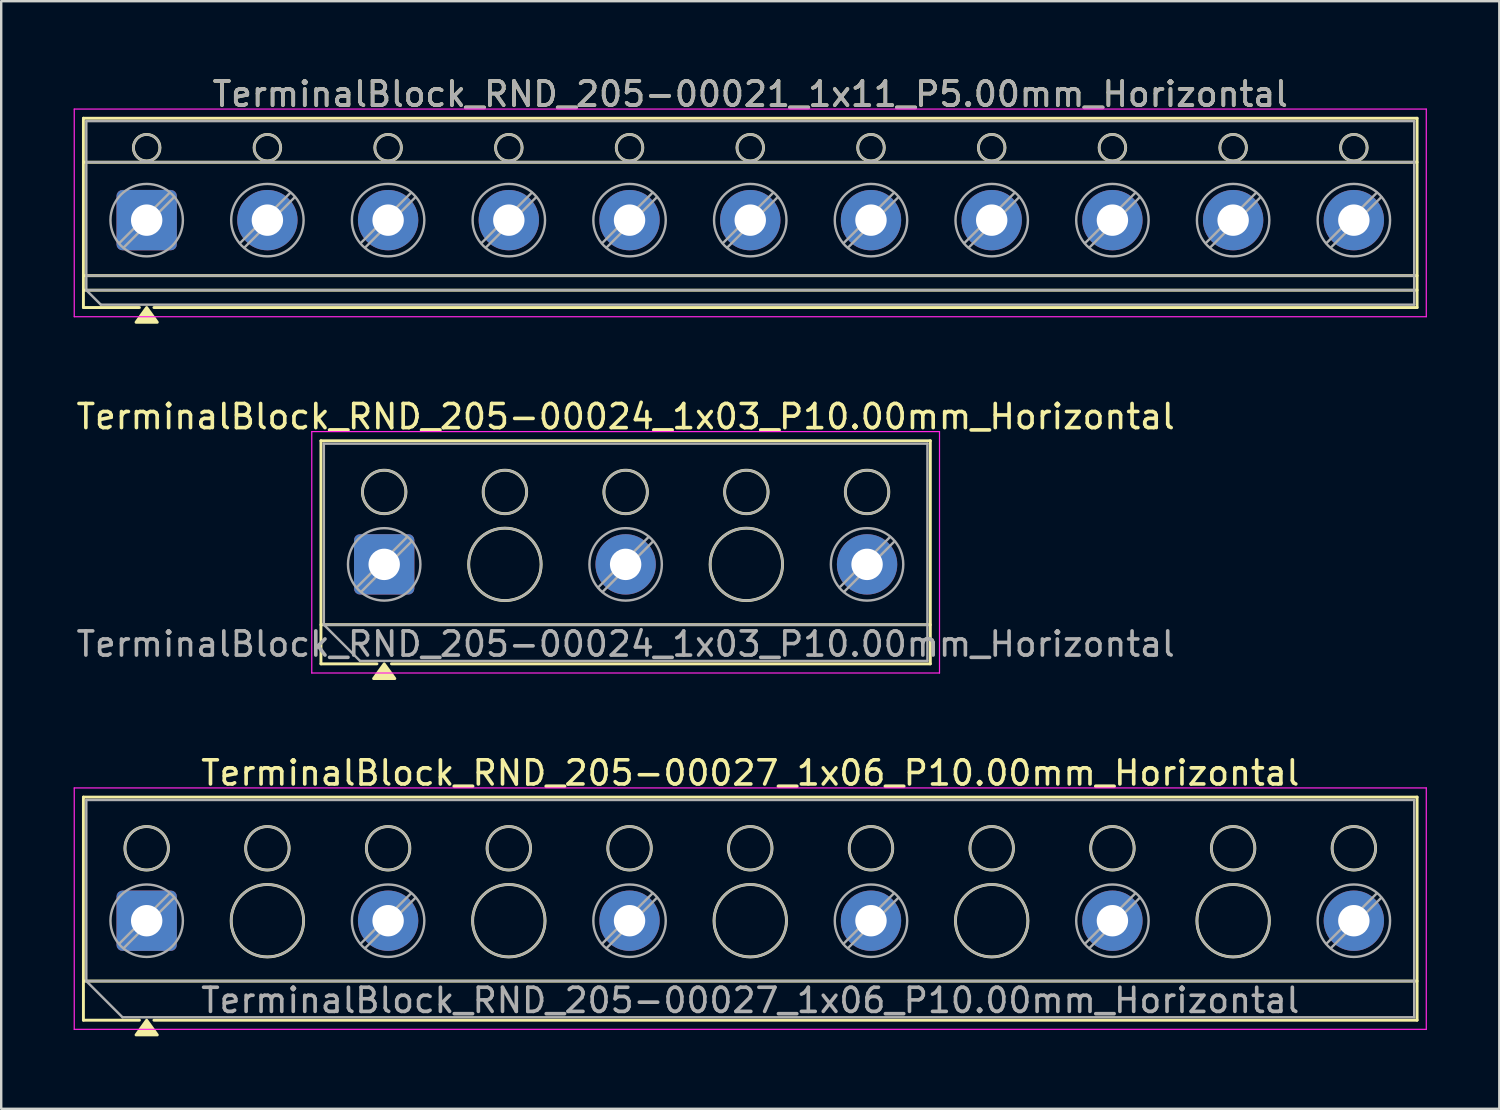
<source format=kicad_pcb>
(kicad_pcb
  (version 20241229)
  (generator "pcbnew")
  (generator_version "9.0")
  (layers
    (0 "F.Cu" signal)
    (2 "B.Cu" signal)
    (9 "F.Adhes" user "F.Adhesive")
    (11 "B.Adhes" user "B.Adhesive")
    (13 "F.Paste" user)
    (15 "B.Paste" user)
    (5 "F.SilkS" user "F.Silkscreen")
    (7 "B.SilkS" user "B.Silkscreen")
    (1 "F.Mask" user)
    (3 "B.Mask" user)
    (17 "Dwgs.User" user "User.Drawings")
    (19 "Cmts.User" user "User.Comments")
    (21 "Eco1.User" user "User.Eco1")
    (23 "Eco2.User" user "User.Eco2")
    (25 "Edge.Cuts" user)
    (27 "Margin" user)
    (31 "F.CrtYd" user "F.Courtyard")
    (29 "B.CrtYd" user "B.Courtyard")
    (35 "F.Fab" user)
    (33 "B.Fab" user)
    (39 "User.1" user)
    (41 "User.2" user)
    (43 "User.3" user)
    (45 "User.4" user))
  (footprint "TerminalBlock_RND_205-00027_1x06_P10.00mm_Horizontal"
    (layer "F.Cu")
    (at 3.025 35.085)
    (property "Reference" "TerminalBlock_RND_205-00027_1x06_P10.00mm_Horizontal" (at 25 -6.12 0) (layer "F.SilkS") (effects (font (size 1 1) (thickness 0.15))))
    (attr through_hole)
    (fp_line (start -2.62 -5.12) (end -2.62 4.12) (stroke (width 0.12) (type solid)) (layer "F.SilkS"))
    (fp_line (start -2.62 -5.12) (end 52.62 -5.12) (stroke (width 0.12) (type solid)) (layer "F.SilkS"))
    (fp_line (start -2.62 2.5) (end 52.62 2.5) (stroke (width 0.12) (type solid)) (layer "F.SilkS"))
    (fp_line (start -2.62 4.12) (end -0.3 4.12) (stroke (width 0.12) (type solid)) (layer "F.SilkS"))
    (fp_line (start 0.3 4.12) (end 52.62 4.12) (stroke (width 0.12) (type solid)) (layer "F.SilkS"))
    (fp_line (start 52.62 -5.12) (end 52.62 4.12) (stroke (width 0.12) (type solid)) (layer "F.SilkS"))
    (fp_circle (center 0 -3) (end 0.9 -3) (stroke (width 0.12) (type solid)) (fill no) (layer "F.SilkS"))
    (fp_circle (center 5 -3) (end 5.9 -3) (stroke (width 0.12) (type solid)) (fill no) (layer "F.SilkS"))
    (fp_circle (center 5 0) (end 6.5 0) (stroke (width 0.12) (type solid)) (fill no) (layer "F.SilkS"))
    (fp_circle (center 10 -3) (end 10.9 -3) (stroke (width 0.12) (type solid)) (fill no) (layer "F.SilkS"))
    (fp_circle (center 15 -3) (end 15.9 -3) (stroke (width 0.12) (type solid)) (fill no) (layer "F.SilkS"))
    (fp_circle (center 15 0) (end 16.5 0) (stroke (width 0.12) (type solid)) (fill no) (layer "F.SilkS"))
    (fp_circle (center 20 -3) (end 20.9 -3) (stroke (width 0.12) (type solid)) (fill no) (layer "F.SilkS"))
    (fp_circle (center 25 -3) (end 25.9 -3) (stroke (width 0.12) (type solid)) (fill no) (layer "F.SilkS"))
    (fp_circle (center 25 0) (end 26.5 0) (stroke (width 0.12) (type solid)) (fill no) (layer "F.SilkS"))
    (fp_circle (center 30 -3) (end 30.9 -3) (stroke (width 0.12) (type solid)) (fill no) (layer "F.SilkS"))
    (fp_circle (center 35 -3) (end 35.9 -3) (stroke (width 0.12) (type solid)) (fill no) (layer "F.SilkS"))
    (fp_circle (center 35 0) (end 36.5 0) (stroke (width 0.12) (type solid)) (fill no) (layer "F.SilkS"))
    (fp_circle (center 40 -3) (end 40.9 -3) (stroke (width 0.12) (type solid)) (fill no) (layer "F.SilkS"))
    (fp_circle (center 45 -3) (end 45.9 -3) (stroke (width 0.12) (type solid)) (fill no) (layer "F.SilkS"))
    (fp_circle (center 45 0) (end 46.5 0) (stroke (width 0.12) (type solid)) (fill no) (layer "F.SilkS"))
    (fp_circle (center 50 -3) (end 50.9 -3) (stroke (width 0.12) (type solid)) (fill no) (layer "F.SilkS"))
    (fp_poly (pts (xy 0 4.12) (xy 0.44 4.73) (xy -0.44 4.73)) (stroke (width 0.12) (type solid)) (fill yes) (layer "F.SilkS"))
    (fp_line (start -3 -5.5) (end -3 4.5) (stroke (width 0.05) (type solid)) (layer "F.CrtYd"))
    (fp_line (start -3 4.5) (end 53 4.5) (stroke (width 0.05) (type solid)) (layer "F.CrtYd"))
    (fp_line (start 53 -5.5) (end -3 -5.5) (stroke (width 0.05) (type solid)) (layer "F.CrtYd"))
    (fp_line (start 53 4.5) (end 53 -5.5) (stroke (width 0.05) (type solid)) (layer "F.CrtYd"))
    (fp_line (start -2.5 -5) (end 52.5 -5) (stroke (width 0.1) (type solid)) (layer "F.Fab"))
    (fp_line (start -2.5 2.5) (end -2.5 -5) (stroke (width 0.1) (type solid)) (layer "F.Fab"))
    (fp_line (start -2.5 2.5) (end 52.5 2.5) (stroke (width 0.1) (type solid)) (layer "F.Fab"))
    (fp_line (start -1 4) (end -2.5 2.5) (stroke (width 0.1) (type solid)) (layer "F.Fab"))
    (fp_line (start 0.955 -1.138) (end -1.138 0.955) (stroke (width 0.1) (type solid)) (layer "F.Fab"))
    (fp_line (start 1.138 -0.955) (end -0.955 1.138) (stroke (width 0.1) (type solid)) (layer "F.Fab"))
    (fp_line (start 10.955 -1.138) (end 8.862 0.955) (stroke (width 0.1) (type solid)) (layer "F.Fab"))
    (fp_line (start 11.138 -0.955) (end 9.045 1.138) (stroke (width 0.1) (type solid)) (layer "F.Fab"))
    (fp_line (start 20.955 -1.138) (end 18.862 0.955) (stroke (width 0.1) (type solid)) (layer "F.Fab"))
    (fp_line (start 21.138 -0.955) (end 19.045 1.138) (stroke (width 0.1) (type solid)) (layer "F.Fab"))
    (fp_line (start 30.955 -1.138) (end 28.862 0.955) (stroke (width 0.1) (type solid)) (layer "F.Fab"))
    (fp_line (start 31.138 -0.955) (end 29.045 1.138) (stroke (width 0.1) (type solid)) (layer "F.Fab"))
    (fp_line (start 40.955 -1.138) (end 38.862 0.955) (stroke (width 0.1) (type solid)) (layer "F.Fab"))
    (fp_line (start 41.138 -0.955) (end 39.045 1.138) (stroke (width 0.1) (type solid)) (layer "F.Fab"))
    (fp_line (start 50.955 -1.138) (end 48.862 0.955) (stroke (width 0.1) (type solid)) (layer "F.Fab"))
    (fp_line (start 51.138 -0.955) (end 49.045 1.138) (stroke (width 0.1) (type solid)) (layer "F.Fab"))
    (fp_line (start 52.5 -5) (end 52.5 4) (stroke (width 0.1) (type solid)) (layer "F.Fab"))
    (fp_line (start 52.5 4) (end -1 4) (stroke (width 0.1) (type solid)) (layer "F.Fab"))
    (fp_circle (center 0 -3) (end 0.9 -3) (stroke (width 0.1) (type solid)) (fill no) (layer "F.Fab"))
    (fp_circle (center 0 0) (end 1.5 0) (stroke (width 0.1) (type solid)) (fill no) (layer "F.Fab"))
    (fp_circle (center 5 -3) (end 5.9 -3) (stroke (width 0.1) (type solid)) (fill no) (layer "F.Fab"))
    (fp_circle (center 5 0) (end 6.5 0) (stroke (width 0.1) (type solid)) (fill no) (layer "F.Fab"))
    (fp_circle (center 10 -3) (end 10.9 -3) (stroke (width 0.1) (type solid)) (fill no) (layer "F.Fab"))
    (fp_circle (center 10 0) (end 11.5 0) (stroke (width 0.1) (type solid)) (fill no) (layer "F.Fab"))
    (fp_circle (center 15 -3) (end 15.9 -3) (stroke (width 0.1) (type solid)) (fill no) (layer "F.Fab"))
    (fp_circle (center 15 0) (end 16.5 0) (stroke (width 0.1) (type solid)) (fill no) (layer "F.Fab"))
    (fp_circle (center 20 -3) (end 20.9 -3) (stroke (width 0.1) (type solid)) (fill no) (layer "F.Fab"))
    (fp_circle (center 20 0) (end 21.5 0) (stroke (width 0.1) (type solid)) (fill no) (layer "F.Fab"))
    (fp_circle (center 25 -3) (end 25.9 -3) (stroke (width 0.1) (type solid)) (fill no) (layer "F.Fab"))
    (fp_circle (center 25 0) (end 26.5 0) (stroke (width 0.1) (type solid)) (fill no) (layer "F.Fab"))
    (fp_circle (center 30 -3) (end 30.9 -3) (stroke (width 0.1) (type solid)) (fill no) (layer "F.Fab"))
    (fp_circle (center 30 0) (end 31.5 0) (stroke (width 0.1) (type solid)) (fill no) (layer "F.Fab"))
    (fp_circle (center 35 -3) (end 35.9 -3) (stroke (width 0.1) (type solid)) (fill no) (layer "F.Fab"))
    (fp_circle (center 35 0) (end 36.5 0) (stroke (width 0.1) (type solid)) (fill no) (layer "F.Fab"))
    (fp_circle (center 40 -3) (end 40.9 -3) (stroke (width 0.1) (type solid)) (fill no) (layer "F.Fab"))
    (fp_circle (center 40 0) (end 41.5 0) (stroke (width 0.1) (type solid)) (fill no) (layer "F.Fab"))
    (fp_circle (center 45 -3) (end 45.9 -3) (stroke (width 0.1) (type solid)) (fill no) (layer "F.Fab"))
    (fp_circle (center 45 0) (end 46.5 0) (stroke (width 0.1) (type solid)) (fill no) (layer "F.Fab"))
    (fp_circle (center 50 -3) (end 50.9 -3) (stroke (width 0.1) (type solid)) (fill no) (layer "F.Fab"))
    (fp_circle (center 50 0) (end 51.5 0) (stroke (width 0.1) (type solid)) (fill no) (layer "F.Fab"))
    (fp_text user "${REFERENCE}" (at 25 3.3 0) (layer "F.Fab") (effects (font (size 1 1) (thickness 0.15))))
    (pad "1" thru_hole roundrect (at 0 0) (size 2.5 2.5) (drill 1.3) (layers "*.Cu" "*.Mask") (roundrect_rratio 0.1))
    (pad "2" thru_hole circle (at 10 0) (size 2.5 2.5) (drill 1.3) (layers "*.Cu" "*.Mask"))
    (pad "3" thru_hole circle (at 20 0) (size 2.5 2.5) (drill 1.3) (layers "*.Cu" "*.Mask"))
    (pad "4" thru_hole circle (at 30 0) (size 2.5 2.5) (drill 1.3) (layers "*.Cu" "*.Mask"))
    (pad "5" thru_hole circle (at 40 0) (size 2.5 2.5) (drill 1.3) (layers "*.Cu" "*.Mask"))
    (pad "6" thru_hole circle (at 50 0) (size 2.5 2.5) (drill 1.3) (layers "*.Cu" "*.Mask")))
  (footprint "TerminalBlock_RND_205-00024_1x03_P10.00mm_Horizontal"
    (layer "F.Cu")
    (at 12.863 20.326)
    (property "Reference" "TerminalBlock_RND_205-00024_1x03_P10.00mm_Horizontal" (at 10 -6.12 0) (layer "F.SilkS") (effects (font (size 1 1) (thickness 0.15))))
    (attr through_hole)
    (fp_line (start -2.62 -5.12) (end -2.62 4.12) (stroke (width 0.12) (type solid)) (layer "F.SilkS"))
    (fp_line (start -2.62 -5.12) (end 22.62 -5.12) (stroke (width 0.12) (type solid)) (layer "F.SilkS"))
    (fp_line (start -2.62 2.5) (end 22.62 2.5) (stroke (width 0.12) (type solid)) (layer "F.SilkS"))
    (fp_line (start -2.62 4.12) (end -0.3 4.12) (stroke (width 0.12) (type solid)) (layer "F.SilkS"))
    (fp_line (start 0.3 4.12) (end 22.62 4.12) (stroke (width 0.12) (type solid)) (layer "F.SilkS"))
    (fp_line (start 22.62 -5.12) (end 22.62 4.12) (stroke (width 0.12) (type solid)) (layer "F.SilkS"))
    (fp_circle (center 0 -3) (end 0.9 -3) (stroke (width 0.12) (type solid)) (fill no) (layer "F.SilkS"))
    (fp_circle (center 5 -3) (end 5.9 -3) (stroke (width 0.12) (type solid)) (fill no) (layer "F.SilkS"))
    (fp_circle (center 5 0) (end 6.5 0) (stroke (width 0.12) (type solid)) (fill no) (layer "F.SilkS"))
    (fp_circle (center 10 -3) (end 10.9 -3) (stroke (width 0.12) (type solid)) (fill no) (layer "F.SilkS"))
    (fp_circle (center 15 -3) (end 15.9 -3) (stroke (width 0.12) (type solid)) (fill no) (layer "F.SilkS"))
    (fp_circle (center 15 0) (end 16.5 0) (stroke (width 0.12) (type solid)) (fill no) (layer "F.SilkS"))
    (fp_circle (center 20 -3) (end 20.9 -3) (stroke (width 0.12) (type solid)) (fill no) (layer "F.SilkS"))
    (fp_poly (pts (xy 0 4.12) (xy 0.44 4.73) (xy -0.44 4.73)) (stroke (width 0.12) (type solid)) (fill yes) (layer "F.SilkS"))
    (fp_line (start -3 -5.5) (end -3 4.5) (stroke (width 0.05) (type solid)) (layer "F.CrtYd"))
    (fp_line (start -3 4.5) (end 23 4.5) (stroke (width 0.05) (type solid)) (layer "F.CrtYd"))
    (fp_line (start 23 -5.5) (end -3 -5.5) (stroke (width 0.05) (type solid)) (layer "F.CrtYd"))
    (fp_line (start 23 4.5) (end 23 -5.5) (stroke (width 0.05) (type solid)) (layer "F.CrtYd"))
    (fp_line (start -2.5 -5) (end 22.5 -5) (stroke (width 0.1) (type solid)) (layer "F.Fab"))
    (fp_line (start -2.5 2.5) (end -2.5 -5) (stroke (width 0.1) (type solid)) (layer "F.Fab"))
    (fp_line (start -2.5 2.5) (end 22.5 2.5) (stroke (width 0.1) (type solid)) (layer "F.Fab"))
    (fp_line (start -1 4) (end -2.5 2.5) (stroke (width 0.1) (type solid)) (layer "F.Fab"))
    (fp_line (start 0.955 -1.138) (end -1.138 0.955) (stroke (width 0.1) (type solid)) (layer "F.Fab"))
    (fp_line (start 1.138 -0.955) (end -0.955 1.138) (stroke (width 0.1) (type solid)) (layer "F.Fab"))
    (fp_line (start 10.955 -1.138) (end 8.862 0.955) (stroke (width 0.1) (type solid)) (layer "F.Fab"))
    (fp_line (start 11.138 -0.955) (end 9.045 1.138) (stroke (width 0.1) (type solid)) (layer "F.Fab"))
    (fp_line (start 20.955 -1.138) (end 18.862 0.955) (stroke (width 0.1) (type solid)) (layer "F.Fab"))
    (fp_line (start 21.138 -0.955) (end 19.045 1.138) (stroke (width 0.1) (type solid)) (layer "F.Fab"))
    (fp_line (start 22.5 -5) (end 22.5 4) (stroke (width 0.1) (type solid)) (layer "F.Fab"))
    (fp_line (start 22.5 4) (end -1 4) (stroke (width 0.1) (type solid)) (layer "F.Fab"))
    (fp_circle (center 0 -3) (end 0.9 -3) (stroke (width 0.1) (type solid)) (fill no) (layer "F.Fab"))
    (fp_circle (center 0 0) (end 1.5 0) (stroke (width 0.1) (type solid)) (fill no) (layer "F.Fab"))
    (fp_circle (center 5 -3) (end 5.9 -3) (stroke (width 0.1) (type solid)) (fill no) (layer "F.Fab"))
    (fp_circle (center 5 0) (end 6.5 0) (stroke (width 0.1) (type solid)) (fill no) (layer "F.Fab"))
    (fp_circle (center 10 -3) (end 10.9 -3) (stroke (width 0.1) (type solid)) (fill no) (layer "F.Fab"))
    (fp_circle (center 10 0) (end 11.5 0) (stroke (width 0.1) (type solid)) (fill no) (layer "F.Fab"))
    (fp_circle (center 15 -3) (end 15.9 -3) (stroke (width 0.1) (type solid)) (fill no) (layer "F.Fab"))
    (fp_circle (center 15 0) (end 16.5 0) (stroke (width 0.1) (type solid)) (fill no) (layer "F.Fab"))
    (fp_circle (center 20 -3) (end 20.9 -3) (stroke (width 0.1) (type solid)) (fill no) (layer "F.Fab"))
    (fp_circle (center 20 0) (end 21.5 0) (stroke (width 0.1) (type solid)) (fill no) (layer "F.Fab"))
    (fp_text user "${REFERENCE}" (at 10 3.3 0) (layer "F.Fab") (effects (font (size 1 1) (thickness 0.15))))
    (pad "1" thru_hole roundrect (at 0 0) (size 2.5 2.5) (drill 1.3) (layers "*.Cu" "*.Mask") (roundrect_rratio 0.1))
    (pad "2" thru_hole circle (at 10 0) (size 2.5 2.5) (drill 1.3) (layers "*.Cu" "*.Mask"))
    (pad "3" thru_hole circle (at 20 0) (size 2.5 2.5) (drill 1.3) (layers "*.Cu" "*.Mask")))
  (footprint "TerminalBlock_RND_205-00021_1x11_P5.00mm_Horizontal"
    (layer "F.Cu")
    (at 3.025 6.068)
    (property "Reference" "TerminalBlock_RND_205-00021_1x11_P5.00mm_Horizontal" (at 25 -5.22 0) (layer "F.SilkS") (effects (font (size 1 1) (thickness 0.15))))
    (attr through_hole)
    (fp_line (start -2.62 -4.22) (end -2.62 3.62) (stroke (width 0.12) (type solid)) (layer "F.SilkS"))
    (fp_line (start -2.62 -4.22) (end 52.62 -4.22) (stroke (width 0.12) (type solid)) (layer "F.SilkS"))
    (fp_line (start -2.62 -2.4) (end 52.62 -2.4) (stroke (width 0.12) (type solid)) (layer "F.SilkS"))
    (fp_line (start -2.62 2.3) (end 52.62 2.3) (stroke (width 0.12) (type solid)) (layer "F.SilkS"))
    (fp_line (start -2.62 2.9) (end 52.62 2.9) (stroke (width 0.12) (type solid)) (layer "F.SilkS"))
    (fp_line (start -2.62 3.62) (end -0.3 3.62) (stroke (width 0.12) (type solid)) (layer "F.SilkS"))
    (fp_line (start 0.3 3.62) (end 52.62 3.62) (stroke (width 0.12) (type solid)) (layer "F.SilkS"))
    (fp_line (start 52.62 -4.22) (end 52.62 3.62) (stroke (width 0.12) (type solid)) (layer "F.SilkS"))
    (fp_circle (center 0 -3) (end 0.55 -3) (stroke (width 0.12) (type solid)) (fill no) (layer "F.SilkS"))
    (fp_circle (center 5 -3) (end 5.55 -3) (stroke (width 0.12) (type solid)) (fill no) (layer "F.SilkS"))
    (fp_circle (center 10 -3) (end 10.55 -3) (stroke (width 0.12) (type solid)) (fill no) (layer "F.SilkS"))
    (fp_circle (center 15 -3) (end 15.55 -3) (stroke (width 0.12) (type solid)) (fill no) (layer "F.SilkS"))
    (fp_circle (center 20 -3) (end 20.55 -3) (stroke (width 0.12) (type solid)) (fill no) (layer "F.SilkS"))
    (fp_circle (center 25 -3) (end 25.55 -3) (stroke (width 0.12) (type solid)) (fill no) (layer "F.SilkS"))
    (fp_circle (center 30 -3) (end 30.55 -3) (stroke (width 0.12) (type solid)) (fill no) (layer "F.SilkS"))
    (fp_circle (center 35 -3) (end 35.55 -3) (stroke (width 0.12) (type solid)) (fill no) (layer "F.SilkS"))
    (fp_circle (center 40 -3) (end 40.55 -3) (stroke (width 0.12) (type solid)) (fill no) (layer "F.SilkS"))
    (fp_circle (center 45 -3) (end 45.55 -3) (stroke (width 0.12) (type solid)) (fill no) (layer "F.SilkS"))
    (fp_circle (center 50 -3) (end 50.55 -3) (stroke (width 0.12) (type solid)) (fill no) (layer "F.SilkS"))
    (fp_poly (pts (xy 0 3.62) (xy 0.44 4.23) (xy -0.44 4.23)) (stroke (width 0.12) (type solid)) (fill yes) (layer "F.SilkS"))
    (fp_line (start -3 -4.6) (end -3 4) (stroke (width 0.05) (type solid)) (layer "F.CrtYd"))
    (fp_line (start -3 4) (end 53 4) (stroke (width 0.05) (type solid)) (layer "F.CrtYd"))
    (fp_line (start 53 -4.6) (end -3 -4.6) (stroke (width 0.05) (type solid)) (layer "F.CrtYd"))
    (fp_line (start 53 4) (end 53 -4.6) (stroke (width 0.05) (type solid)) (layer "F.CrtYd"))
    (fp_line (start -2.5 -4.1) (end 52.5 -4.1) (stroke (width 0.1) (type solid)) (layer "F.Fab"))
    (fp_line (start -2.5 -2.4) (end 52.5 -2.4) (stroke (width 0.1) (type solid)) (layer "F.Fab"))
    (fp_line (start -2.5 2.3) (end 52.5 2.3) (stroke (width 0.1) (type solid)) (layer "F.Fab"))
    (fp_line (start -2.5 2.9) (end -2.5 -4.1) (stroke (width 0.1) (type solid)) (layer "F.Fab"))
    (fp_line (start -2.5 2.9) (end 52.5 2.9) (stroke (width 0.1) (type solid)) (layer "F.Fab"))
    (fp_line (start -1.9 3.5) (end -2.5 2.9) (stroke (width 0.1) (type solid)) (layer "F.Fab"))
    (fp_line (start 0.955 -1.138) (end -1.138 0.955) (stroke (width 0.1) (type solid)) (layer "F.Fab"))
    (fp_line (start 1.138 -0.955) (end -0.955 1.138) (stroke (width 0.1) (type solid)) (layer "F.Fab"))
    (fp_line (start 5.955 -1.138) (end 3.862 0.955) (stroke (width 0.1) (type solid)) (layer "F.Fab"))
    (fp_line (start 6.138 -0.955) (end 4.045 1.138) (stroke (width 0.1) (type solid)) (layer "F.Fab"))
    (fp_line (start 10.955 -1.138) (end 8.862 0.955) (stroke (width 0.1) (type solid)) (layer "F.Fab"))
    (fp_line (start 11.138 -0.955) (end 9.045 1.138) (stroke (width 0.1) (type solid)) (layer "F.Fab"))
    (fp_line (start 15.955 -1.138) (end 13.862 0.955) (stroke (width 0.1) (type solid)) (layer "F.Fab"))
    (fp_line (start 16.138 -0.955) (end 14.045 1.138) (stroke (width 0.1) (type solid)) (layer "F.Fab"))
    (fp_line (start 20.955 -1.138) (end 18.862 0.955) (stroke (width 0.1) (type solid)) (layer "F.Fab"))
    (fp_line (start 21.138 -0.955) (end 19.045 1.138) (stroke (width 0.1) (type solid)) (layer "F.Fab"))
    (fp_line (start 25.955 -1.138) (end 23.862 0.955) (stroke (width 0.1) (type solid)) (layer "F.Fab"))
    (fp_line (start 26.138 -0.955) (end 24.045 1.138) (stroke (width 0.1) (type solid)) (layer "F.Fab"))
    (fp_line (start 30.955 -1.138) (end 28.862 0.955) (stroke (width 0.1) (type solid)) (layer "F.Fab"))
    (fp_line (start 31.138 -0.955) (end 29.045 1.138) (stroke (width 0.1) (type solid)) (layer "F.Fab"))
    (fp_line (start 35.955 -1.138) (end 33.862 0.955) (stroke (width 0.1) (type solid)) (layer "F.Fab"))
    (fp_line (start 36.138 -0.955) (end 34.045 1.138) (stroke (width 0.1) (type solid)) (layer "F.Fab"))
    (fp_line (start 40.955 -1.138) (end 38.862 0.955) (stroke (width 0.1) (type solid)) (layer "F.Fab"))
    (fp_line (start 41.138 -0.955) (end 39.045 1.138) (stroke (width 0.1) (type solid)) (layer "F.Fab"))
    (fp_line (start 45.955 -1.138) (end 43.862 0.955) (stroke (width 0.1) (type solid)) (layer "F.Fab"))
    (fp_line (start 46.138 -0.955) (end 44.045 1.138) (stroke (width 0.1) (type solid)) (layer "F.Fab"))
    (fp_line (start 50.955 -1.138) (end 48.862 0.955) (stroke (width 0.1) (type solid)) (layer "F.Fab"))
    (fp_line (start 51.138 -0.955) (end 49.045 1.138) (stroke (width 0.1) (type solid)) (layer "F.Fab"))
    (fp_line (start 52.5 -4.1) (end 52.5 3.5) (stroke (width 0.1) (type solid)) (layer "F.Fab"))
    (fp_line (start 52.5 3.5) (end -1.9 3.5) (stroke (width 0.1) (type solid)) (layer "F.Fab"))
    (fp_circle (center 0 -3) (end 0.55 -3) (stroke (width 0.1) (type solid)) (fill no) (layer "F.Fab"))
    (fp_circle (center 0 0) (end 1.5 0) (stroke (width 0.1) (type solid)) (fill no) (layer "F.Fab"))
    (fp_circle (center 5 -3) (end 5.55 -3) (stroke (width 0.1) (type solid)) (fill no) (layer "F.Fab"))
    (fp_circle (center 5 0) (end 6.5 0) (stroke (width 0.1) (type solid)) (fill no) (layer "F.Fab"))
    (fp_circle (center 10 -3) (end 10.55 -3) (stroke (width 0.1) (type solid)) (fill no) (layer "F.Fab"))
    (fp_circle (center 10 0) (end 11.5 0) (stroke (width 0.1) (type solid)) (fill no) (layer "F.Fab"))
    (fp_circle (center 15 -3) (end 15.55 -3) (stroke (width 0.1) (type solid)) (fill no) (layer "F.Fab"))
    (fp_circle (center 15 0) (end 16.5 0) (stroke (width 0.1) (type solid)) (fill no) (layer "F.Fab"))
    (fp_circle (center 20 -3) (end 20.55 -3) (stroke (width 0.1) (type solid)) (fill no) (layer "F.Fab"))
    (fp_circle (center 20 0) (end 21.5 0) (stroke (width 0.1) (type solid)) (fill no) (layer "F.Fab"))
    (fp_circle (center 25 -3) (end 25.55 -3) (stroke (width 0.1) (type solid)) (fill no) (layer "F.Fab"))
    (fp_circle (center 25 0) (end 26.5 0) (stroke (width 0.1) (type solid)) (fill no) (layer "F.Fab"))
    (fp_circle (center 30 -3) (end 30.55 -3) (stroke (width 0.1) (type solid)) (fill no) (layer "F.Fab"))
    (fp_circle (center 30 0) (end 31.5 0) (stroke (width 0.1) (type solid)) (fill no) (layer "F.Fab"))
    (fp_circle (center 35 -3) (end 35.55 -3) (stroke (width 0.1) (type solid)) (fill no) (layer "F.Fab"))
    (fp_circle (center 35 0) (end 36.5 0) (stroke (width 0.1) (type solid)) (fill no) (layer "F.Fab"))
    (fp_circle (center 40 -3) (end 40.55 -3) (stroke (width 0.1) (type solid)) (fill no) (layer "F.Fab"))
    (fp_circle (center 40 0) (end 41.5 0) (stroke (width 0.1) (type solid)) (fill no) (layer "F.Fab"))
    (fp_circle (center 45 -3) (end 45.55 -3) (stroke (width 0.1) (type solid)) (fill no) (layer "F.Fab"))
    (fp_circle (center 45 0) (end 46.5 0) (stroke (width 0.1) (type solid)) (fill no) (layer "F.Fab"))
    (fp_circle (center 50 -3) (end 50.55 -3) (stroke (width 0.1) (type solid)) (fill no) (layer "F.Fab"))
    (fp_circle (center 50 0) (end 51.5 0) (stroke (width 0.1) (type solid)) (fill no) (layer "F.Fab"))
    (fp_text user "${REFERENCE}" (at 25 -5.22 0) (layer "F.Fab") (effects (font (size 1 1) (thickness 0.15))))
    (pad "1" thru_hole roundrect (at 0 0) (size 2.5 2.5) (drill 1.3) (layers "*.Cu" "*.Mask") (roundrect_rratio 0.1))
    (pad "2" thru_hole circle (at 5 0) (size 2.5 2.5) (drill 1.3) (layers "*.Cu" "*.Mask"))
    (pad "3" thru_hole circle (at 10 0) (size 2.5 2.5) (drill 1.3) (layers "*.Cu" "*.Mask"))
    (pad "4" thru_hole circle (at 15 0) (size 2.5 2.5) (drill 1.3) (layers "*.Cu" "*.Mask"))
    (pad "5" thru_hole circle (at 20 0) (size 2.5 2.5) (drill 1.3) (layers "*.Cu" "*.Mask"))
    (pad "6" thru_hole circle (at 25 0) (size 2.5 2.5) (drill 1.3) (layers "*.Cu" "*.Mask"))
    (pad "7" thru_hole circle (at 30 0) (size 2.5 2.5) (drill 1.3) (layers "*.Cu" "*.Mask"))
    (pad "8" thru_hole circle (at 35 0) (size 2.5 2.5) (drill 1.3) (layers "*.Cu" "*.Mask"))
    (pad "9" thru_hole circle (at 40 0) (size 2.5 2.5) (drill 1.3) (layers "*.Cu" "*.Mask"))
    (pad "10" thru_hole circle (at 45 0) (size 2.5 2.5) (drill 1.3) (layers "*.Cu" "*.Mask"))
    (pad "11" thru_hole circle (at 50 0) (size 2.5 2.5) (drill 1.3) (layers "*.Cu" "*.Mask")))
  (gr_rect
    (start -3 -3)
    (end 59.05 42.875)
    (stroke (width 0.1) (type default))
    (fill no)
    (layer "Edge.Cuts")))
</source>
